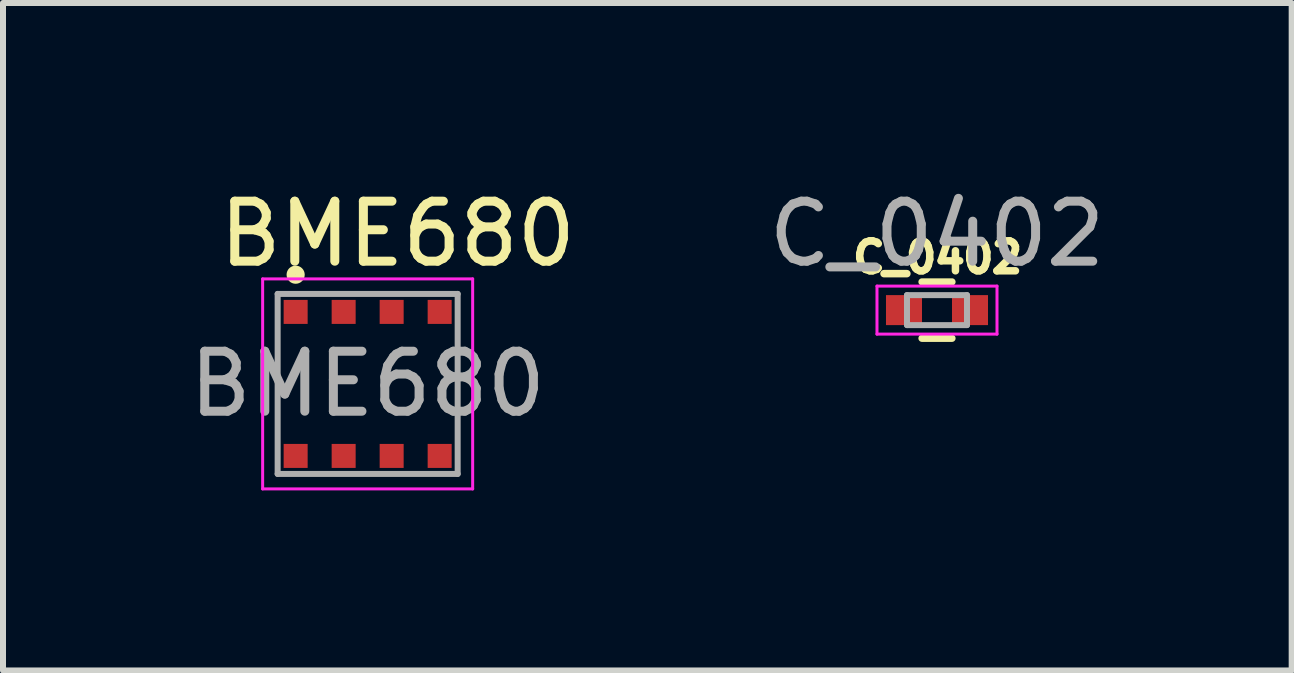
<source format=kicad_pcb>
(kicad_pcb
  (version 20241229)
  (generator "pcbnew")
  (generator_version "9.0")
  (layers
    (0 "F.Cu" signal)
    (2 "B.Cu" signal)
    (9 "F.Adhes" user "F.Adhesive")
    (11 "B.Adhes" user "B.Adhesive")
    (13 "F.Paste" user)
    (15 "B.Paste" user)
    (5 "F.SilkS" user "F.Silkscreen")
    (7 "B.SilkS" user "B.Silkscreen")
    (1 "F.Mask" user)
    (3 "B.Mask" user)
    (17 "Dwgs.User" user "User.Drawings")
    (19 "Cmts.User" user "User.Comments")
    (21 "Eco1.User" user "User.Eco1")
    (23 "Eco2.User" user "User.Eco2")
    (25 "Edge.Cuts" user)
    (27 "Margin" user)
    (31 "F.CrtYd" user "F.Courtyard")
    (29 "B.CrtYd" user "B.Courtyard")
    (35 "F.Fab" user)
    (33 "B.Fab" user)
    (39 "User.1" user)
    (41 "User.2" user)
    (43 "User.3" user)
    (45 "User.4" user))
  (footprint "BME680"
    (layer "F.Cu")
    (at 3.077 3.348)
    (property "Reference" "BME680" (at 0.5 -2.5 0) (layer "F.SilkS") (effects (font (size 1 1) (thickness 0.15))))
    (attr smd)
    (fp_circle (center -1.2 -1.82) (end -1.17 -1.89) (stroke (width 0.15) (type solid)) (fill no) (layer "F.SilkS"))
    (fp_line (start -1.75 -1.75) (end 1.75 -1.75) (stroke (width 0.05) (type solid)) (layer "F.CrtYd"))
    (fp_line (start -1.75 1.75) (end -1.75 -1.75) (stroke (width 0.05) (type solid)) (layer "F.CrtYd"))
    (fp_line (start 1.75 -1.75) (end 1.75 1.75) (stroke (width 0.05) (type solid)) (layer "F.CrtYd"))
    (fp_line (start 1.75 1.75) (end -1.75 1.75) (stroke (width 0.05) (type solid)) (layer "F.CrtYd"))
    (fp_line (start -1.5 -1.5) (end 1.5 -1.5) (stroke (width 0.1) (type solid)) (layer "F.Fab"))
    (fp_line (start -1.5 1.5) (end -1.5 -1.5) (stroke (width 0.1) (type solid)) (layer "F.Fab"))
    (fp_line (start 1.5 -1.5) (end 1.5 1.5) (stroke (width 0.1) (type solid)) (layer "F.Fab"))
    (fp_line (start 1.5 1.5) (end -1.5 1.5) (stroke (width 0.1) (type solid)) (layer "F.Fab"))
    (fp_text user "${REFERENCE}" (at 0 0 0) (layer "F.Fab") (effects (font (size 1 1) (thickness 0.15))))
    (pad "1" smd rect (at -1.2 -1.2 90) (size 0.4 0.4) (layers "F.Cu" "F.Mask" "F.Paste"))
    (pad "2" smd rect (at -0.4 -1.2 90) (size 0.4 0.4) (layers "F.Cu" "F.Mask" "F.Paste"))
    (pad "3" smd rect (at 0.4 -1.2 90) (size 0.4 0.4) (layers "F.Cu" "F.Mask" "F.Paste"))
    (pad "4" smd rect (at 1.2 -1.2 90) (size 0.4 0.4) (layers "F.Cu" "F.Mask" "F.Paste"))
    (pad "5" smd rect (at 1.2 1.2 90) (size 0.4 0.4) (layers "F.Cu" "F.Mask" "F.Paste"))
    (pad "6" smd rect (at 0.4 1.2 90) (size 0.4 0.4) (layers "F.Cu" "F.Mask" "F.Paste"))
    (pad "7" smd rect (at -0.4 1.2 90) (size 0.4 0.4) (layers "F.Cu" "F.Mask" "F.Paste"))
    (pad "8" smd rect (at -1.2 1.2 90) (size 0.4 0.4) (layers "F.Cu" "F.Mask" "F.Paste")))
  (footprint "C_0402"
    (layer "F.Cu")
    (at 12.565 2.118)
    (property "Reference" "C_0402" (at 0.01 -0.88 0) (layer "F.SilkS") (effects (font (size 0.5 0.5) (thickness 0.125))))
    (attr smd)
    (fp_line (start -0.25 0.47) (end 0.25 0.47) (stroke (width 0.12) (type solid)) (layer "F.SilkS"))
    (fp_line (start 0.25 -0.47) (end -0.25 -0.47) (stroke (width 0.12) (type solid)) (layer "F.SilkS"))
    (fp_line (start -1 -0.4) (end -1 0.4) (stroke (width 0.05) (type solid)) (layer "F.CrtYd"))
    (fp_line (start -1 -0.4) (end 1 -0.4) (stroke (width 0.05) (type solid)) (layer "F.CrtYd"))
    (fp_line (start 1 0.4) (end -1 0.4) (stroke (width 0.05) (type solid)) (layer "F.CrtYd"))
    (fp_line (start 1 0.4) (end 1 -0.4) (stroke (width 0.05) (type solid)) (layer "F.CrtYd"))
    (fp_line (start -0.5 -0.25) (end 0.5 -0.25) (stroke (width 0.1) (type solid)) (layer "F.Fab"))
    (fp_line (start -0.5 0.25) (end -0.5 -0.25) (stroke (width 0.1) (type solid)) (layer "F.Fab"))
    (fp_line (start 0.5 -0.25) (end 0.5 0.25) (stroke (width 0.1) (type solid)) (layer "F.Fab"))
    (fp_line (start 0.5 0.25) (end -0.5 0.25) (stroke (width 0.1) (type solid)) (layer "F.Fab"))
    (fp_text user "${REFERENCE}" (at 0 -1.27 0) (layer "F.Fab") (effects (font (size 1 1) (thickness 0.15))))
    (pad "1" smd rect (at -0.55 0) (size 0.6 0.5) (layers "F.Cu" "F.Mask" "F.Paste"))
    (pad "2" smd rect (at 0.55 0) (size 0.6 0.5) (layers "F.Cu" "F.Mask" "F.Paste")))
  (gr_rect
    (start -3 -3)
    (end 18.476 8.123)
    (stroke (width 0.1) (type default))
    (fill no)
    (layer "Edge.Cuts")))
</source>
